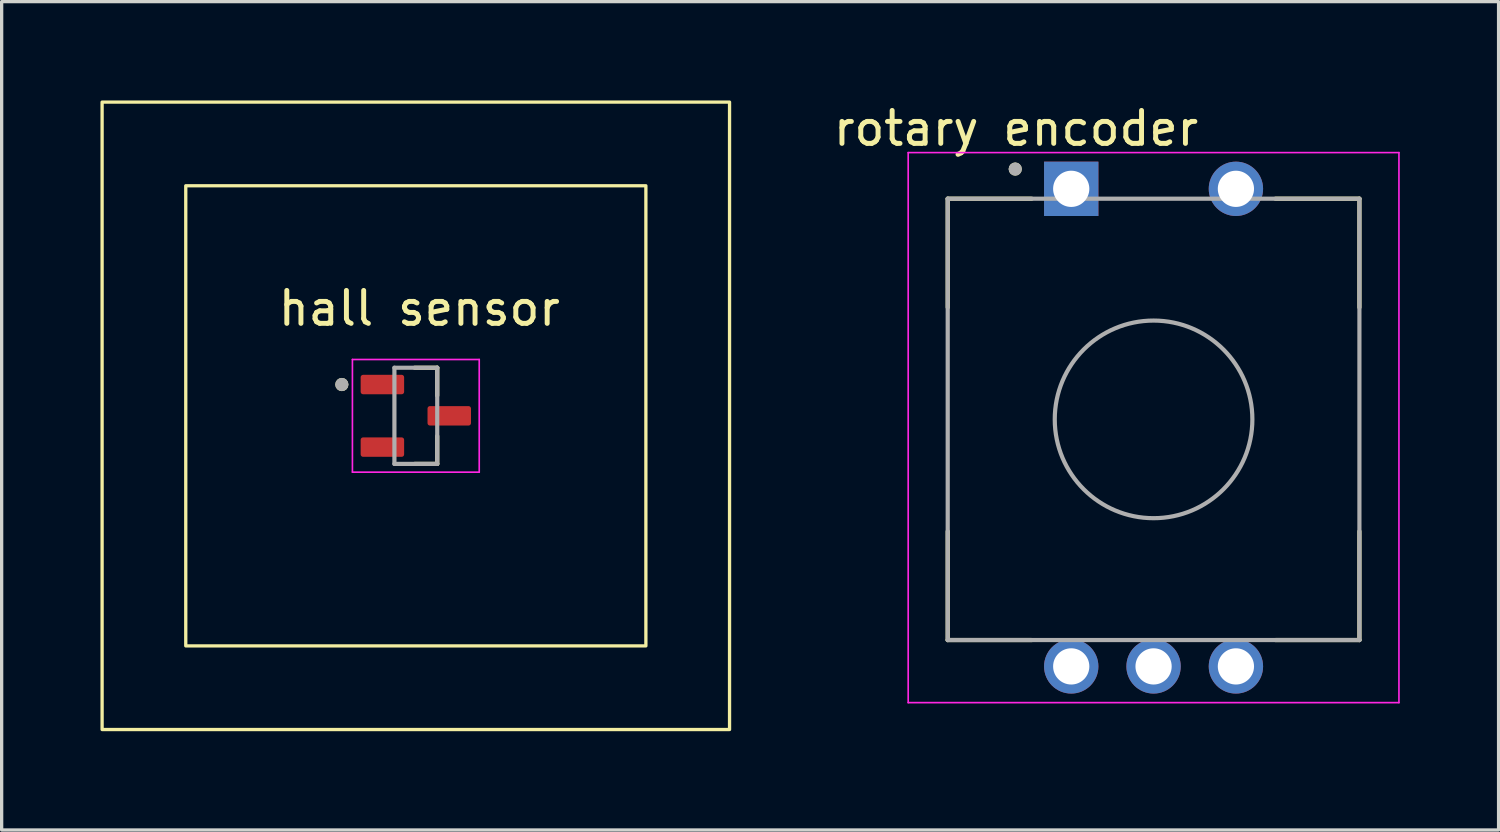
<source format=kicad_pcb>
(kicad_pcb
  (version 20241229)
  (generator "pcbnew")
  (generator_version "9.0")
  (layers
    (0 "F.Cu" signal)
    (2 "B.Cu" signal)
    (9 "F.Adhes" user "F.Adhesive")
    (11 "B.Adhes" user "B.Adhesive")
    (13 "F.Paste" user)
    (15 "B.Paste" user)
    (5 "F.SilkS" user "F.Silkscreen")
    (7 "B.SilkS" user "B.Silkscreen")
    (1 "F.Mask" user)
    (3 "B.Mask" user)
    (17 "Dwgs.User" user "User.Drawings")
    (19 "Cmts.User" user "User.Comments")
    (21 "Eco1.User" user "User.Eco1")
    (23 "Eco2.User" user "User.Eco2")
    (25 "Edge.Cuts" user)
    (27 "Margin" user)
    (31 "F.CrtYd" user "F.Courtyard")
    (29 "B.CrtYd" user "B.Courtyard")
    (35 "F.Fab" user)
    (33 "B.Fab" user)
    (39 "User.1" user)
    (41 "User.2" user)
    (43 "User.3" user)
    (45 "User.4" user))
  (footprint "rotary encoder"
    (layer "F.Cu")
    (at 31.974 9.683)
    (property "Reference" "rotary encoder" (at -4.175 -8.835 0) (layer "F.SilkS") (effects (font (size 1 1) (thickness 0.15))))
    (attr through_hole)
    (fp_line (start -6.25 -6.7) (end -3.7 -6.7) (stroke (width 0.127) (type solid)) (layer "F.SilkS"))
    (fp_line (start -6.25 -3.4) (end -6.25 -6.7) (stroke (width 0.127) (type solid)) (layer "F.SilkS"))
    (fp_line (start -6.25 3.4) (end -6.25 6.7) (stroke (width 0.127) (type solid)) (layer "F.SilkS"))
    (fp_line (start -6.25 6.7) (end -3.7 6.7) (stroke (width 0.127) (type solid)) (layer "F.SilkS"))
    (fp_line (start 3.7 -6.7) (end 6.25 -6.7) (stroke (width 0.127) (type solid)) (layer "F.SilkS"))
    (fp_line (start 3.7 6.7) (end 6.25 6.7) (stroke (width 0.127) (type solid)) (layer "F.SilkS"))
    (fp_line (start 6.25 -6.7) (end 6.25 -3.4) (stroke (width 0.127) (type solid)) (layer "F.SilkS"))
    (fp_line (start 6.25 6.7) (end 6.25 3.4) (stroke (width 0.127) (type solid)) (layer "F.SilkS"))
    (fp_circle (center -4.2 -7.6) (end -4.1 -7.6) (stroke (width 0.2) (type solid)) (fill no) (layer "F.SilkS"))
    (fp_line (start -7.45 -8.1) (end -7.45 8.6) (stroke (width 0.05) (type solid)) (layer "F.CrtYd"))
    (fp_line (start -7.45 8.6) (end 7.45 8.6) (stroke (width 0.05) (type solid)) (layer "F.CrtYd"))
    (fp_line (start 7.45 -8.1) (end -7.45 -8.1) (stroke (width 0.05) (type solid)) (layer "F.CrtYd"))
    (fp_line (start 7.45 8.6) (end 7.45 -8.1) (stroke (width 0.05) (type solid)) (layer "F.CrtYd"))
    (fp_line (start -6.25 -6.7) (end 6.25 -6.7) (stroke (width 0.127) (type solid)) (layer "F.Fab"))
    (fp_line (start -6.25 6.7) (end -6.25 -6.7) (stroke (width 0.127) (type solid)) (layer "F.Fab"))
    (fp_line (start 6.25 -6.7) (end 6.25 6.7) (stroke (width 0.127) (type solid)) (layer "F.Fab"))
    (fp_line (start 6.25 6.7) (end -6.25 6.7) (stroke (width 0.127) (type solid)) (layer "F.Fab"))
    (fp_circle (center -4.2 -7.6) (end -4.1 -7.6) (stroke (width 0.2) (type solid)) (fill no) (layer "F.Fab"))
    (fp_circle (center 0 0) (end 3 0) (stroke (width 0.127) (type solid)) (fill no) (layer "F.Fab"))
    (pad "1" thru_hole rect (at -2.5 -7) (size 1.65 1.65) (drill 1.1) (layers "*.Cu" "*.Mask"))
    (pad "2" thru_hole circle (at 2.5 -7) (size 1.65 1.65) (drill 1.1) (layers "*.Cu" "*.Mask"))
    (pad "A" thru_hole circle (at -2.5 7.5) (size 1.65 1.65) (drill 1.1) (layers "*.Cu" "*.Mask"))
    (pad "B" thru_hole circle (at 2.5 7.5) (size 1.65 1.65) (drill 1.1) (layers "*.Cu" "*.Mask"))
    (pad "COM" thru_hole circle (at 0 7.5) (size 1.65 1.65) (drill 1.1) (layers "*.Cu" "*.Mask")))
  (footprint "hall sensor"
    (layer "F.Cu")
    (at 9.575 9.575)
    (property "Reference" "hall sensor" (at 0.107 -3.262 0) (layer "F.SilkS") (effects (font (size 1 1) (thickness 0.15))))
    (attr smd)
    (fp_line (start -0.035 1.46) (end 0.65 1.46) (stroke (width 0.127) (type solid)) (layer "F.SilkS"))
    (fp_line (start 0.65 -1.46) (end -0.035 -1.46) (stroke (width 0.127) (type solid)) (layer "F.SilkS"))
    (fp_line (start 0.65 -0.615) (end 0.65 -1.46) (stroke (width 0.127) (type solid)) (layer "F.SilkS"))
    (fp_line (start 0.65 1.46) (end 0.65 0.615) (stroke (width 0.127) (type solid)) (layer "F.SilkS"))
    (fp_rect (start 6.985 -6.985) (end -6.985 6.985) (stroke (width 0.1) (type default)) (fill no) (layer "F.SilkS"))
    (fp_rect (start 9.525 -9.525) (end -9.525 9.525) (stroke (width 0.1) (type default)) (fill no) (layer "F.SilkS"))
    (fp_circle (center -2.246 -0.95) (end -2.146 -0.95) (stroke (width 0.2) (type solid)) (fill no) (layer "F.SilkS"))
    (fp_line (start -1.925 -1.71) (end -1.925 1.71) (stroke (width 0.05) (type solid)) (layer "F.CrtYd"))
    (fp_line (start -1.925 1.71) (end 1.925 1.71) (stroke (width 0.05) (type solid)) (layer "F.CrtYd"))
    (fp_line (start 1.925 -1.71) (end -1.925 -1.71) (stroke (width 0.05) (type solid)) (layer "F.CrtYd"))
    (fp_line (start 1.925 1.71) (end 1.925 -1.71) (stroke (width 0.05) (type solid)) (layer "F.CrtYd"))
    (fp_line (start -0.65 -1.46) (end -0.65 1.46) (stroke (width 0.127) (type solid)) (layer "F.Fab"))
    (fp_line (start -0.65 1.46) (end 0.65 1.46) (stroke (width 0.127) (type solid)) (layer "F.Fab"))
    (fp_line (start 0.65 -1.46) (end -0.65 -1.46) (stroke (width 0.127) (type solid)) (layer "F.Fab"))
    (fp_line (start 0.65 1.46) (end 0.65 -1.46) (stroke (width 0.127) (type solid)) (layer "F.Fab"))
    (fp_circle (center -2.246 -0.95) (end -2.146 -0.95) (stroke (width 0.2) (type solid)) (fill no) (layer "F.Fab"))
    (pad "1" smd roundrect (at -1.015 -0.95) (size 1.32 0.59) (layers "F.Cu" "F.Mask" "F.Paste") (roundrect_rratio 0.125))
    (pad "2" smd roundrect (at -1.015 0.95) (size 1.32 0.59) (layers "F.Cu" "F.Mask" "F.Paste") (roundrect_rratio 0.125))
    (pad "3" smd roundrect (at 1.015 0) (size 1.32 0.59) (layers "F.Cu" "F.Mask" "F.Paste") (roundrect_rratio 0.125)))
  (gr_rect
    (start -3 -3)
    (end 42.449 22.15)
    (stroke (width 0.1) (type default))
    (fill no)
    (layer "Edge.Cuts")))
</source>
